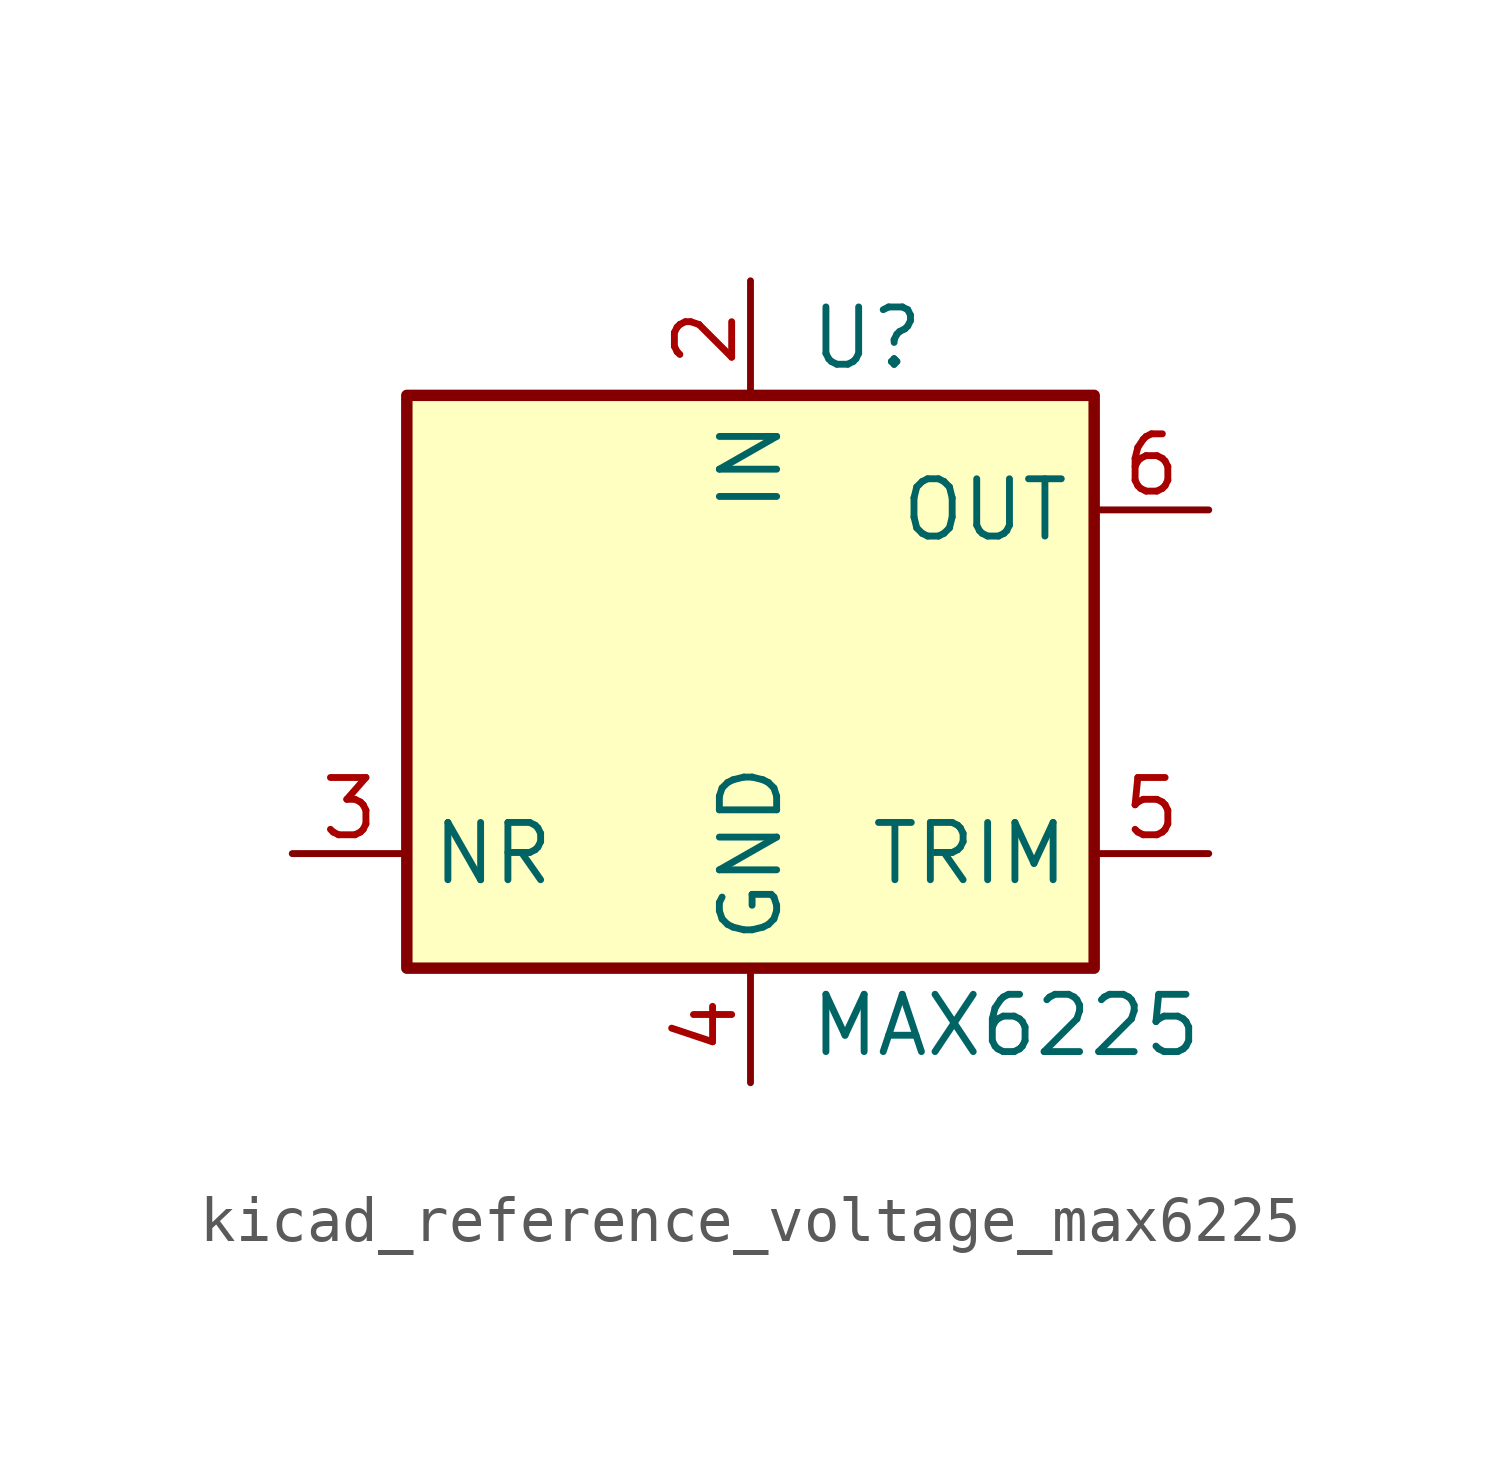
<source format=kicad_sym>
(kicad_symbol_lib
  (version 20220914)
  (generator kicad_symbol_editor)
  (symbol "kicad_reference_voltage_max6225"
    (property "Reference" "U"
      (at 1.27 6.35 0)
      (effects (font (size 1.27 1.27)) (justify left)))
    (property "Value" "MAX6225"
      (at 1.27 -8.89 0)
      (effects (font (size 1.27 1.27)) (justify left)))
    (symbol "kicad_reference_voltage_max6225_0_1"
      (rectangle (start -7.62 5.08) (end 7.62 -7.62) (stroke (width 0.254) (type default)) (fill (type background))))
    (symbol "kicad_reference_voltage_max6225_1_1"
      (pin no_connect line (at -7.62 -2.54 0) (length 2.54) hide (name "NC" (effects (font (size 1.27 1.27)))) (number "1" (effects (font (size 1.27 1.27)))))
      (pin power_in line (at 0 7.62 270) (length 2.54) (name "IN" (effects (font (size 1.27 1.27)))) (number "2" (effects (font (size 1.27 1.27)))))
      (pin passive line (at -10.16 -5.08 0) (length 2.54) (name "NR" (effects (font (size 1.27 1.27)))) (number "3" (effects (font (size 1.27 1.27)))))
      (pin power_in line (at 0 -10.16 90) (length 2.54) (name "GND" (effects (font (size 1.27 1.27)))) (number "4" (effects (font (size 1.27 1.27)))))
      (pin passive line (at 10.16 -5.08 180) (length 2.54) (name "TRIM" (effects (font (size 1.27 1.27)))) (number "5" (effects (font (size 1.27 1.27)))))
      (pin power_out line (at 10.16 2.54 180) (length 2.54) (name "OUT" (effects (font (size 1.27 1.27)))) (number "6" (effects (font (size 1.27 1.27)))))
      (pin no_connect line (at 7.62 0 180) (length 2.54) hide (name "NC" (effects (font (size 1.27 1.27)))) (number "7" (effects (font (size 1.27 1.27)))))
      (pin no_connect line (at 7.62 -2.54 180) (length 2.54) hide (name "NC" (effects (font (size 1.27 1.27)))) (number "8" (effects (font (size 1.27 1.27))))))))
</source>
